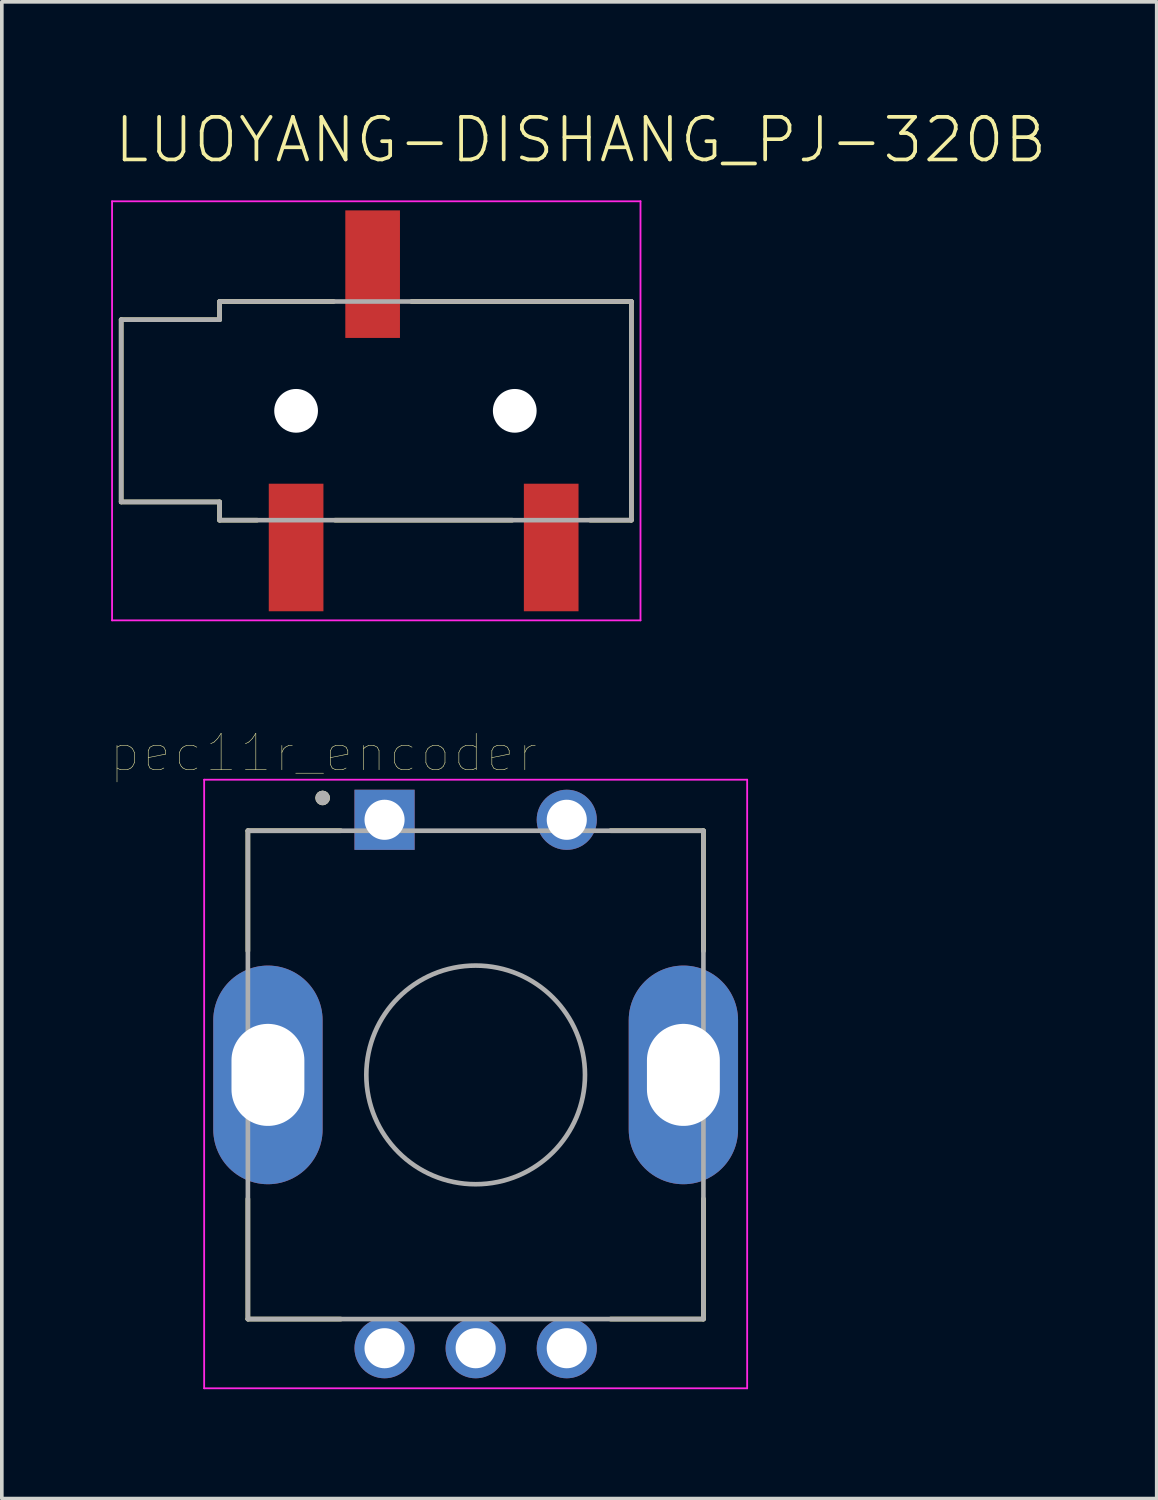
<source format=kicad_pcb>
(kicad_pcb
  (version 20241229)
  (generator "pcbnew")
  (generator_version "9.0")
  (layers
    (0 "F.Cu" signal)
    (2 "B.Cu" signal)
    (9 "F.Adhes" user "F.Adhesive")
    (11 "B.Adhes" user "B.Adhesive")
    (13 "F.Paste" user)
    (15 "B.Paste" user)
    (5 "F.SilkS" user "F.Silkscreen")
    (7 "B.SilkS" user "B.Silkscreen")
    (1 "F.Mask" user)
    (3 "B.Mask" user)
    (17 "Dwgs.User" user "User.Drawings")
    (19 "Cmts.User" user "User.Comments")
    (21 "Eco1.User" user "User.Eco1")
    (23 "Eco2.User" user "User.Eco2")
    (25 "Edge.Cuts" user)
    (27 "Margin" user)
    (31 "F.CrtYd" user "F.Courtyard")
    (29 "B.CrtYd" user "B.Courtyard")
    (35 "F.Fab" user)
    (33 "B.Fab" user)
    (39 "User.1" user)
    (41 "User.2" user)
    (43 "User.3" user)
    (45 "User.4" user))
  (footprint "pec11r_encoder"
    (layer "F.Cu")
    (at 10.002 26.445)
    (property "Reference" "pec11r_encoder" (at -4.175 -8.835 0) (layer "F.SilkS") (effects (font (size 1 1) (thickness 0.015))))
    (attr through_hole)
    (fp_line (start -6.25 -6.7) (end -3.7 -6.7) (stroke (width 0.127) (type solid)) (layer "F.SilkS"))
    (fp_line (start -6.25 -3.4) (end -6.25 -6.7) (stroke (width 0.127) (type solid)) (layer "F.SilkS"))
    (fp_line (start -6.25 3.4) (end -6.25 6.7) (stroke (width 0.127) (type solid)) (layer "F.SilkS"))
    (fp_line (start -6.25 6.7) (end -3.7 6.7) (stroke (width 0.127) (type solid)) (layer "F.SilkS"))
    (fp_line (start 3.7 -6.7) (end 6.25 -6.7) (stroke (width 0.127) (type solid)) (layer "F.SilkS"))
    (fp_line (start 3.7 6.7) (end 6.25 6.7) (stroke (width 0.127) (type solid)) (layer "F.SilkS"))
    (fp_line (start 6.25 -6.7) (end 6.25 -3.4) (stroke (width 0.127) (type solid)) (layer "F.SilkS"))
    (fp_line (start 6.25 6.7) (end 6.25 3.4) (stroke (width 0.127) (type solid)) (layer "F.SilkS"))
    (fp_circle (center -4.2 -7.6) (end -4.1 -7.6) (stroke (width 0.2) (type solid)) (fill no) (layer "F.SilkS"))
    (fp_line (start -7.45 -8.1) (end -7.45 8.6) (stroke (width 0.05) (type solid)) (layer "F.CrtYd"))
    (fp_line (start -7.45 8.6) (end 7.45 8.6) (stroke (width 0.05) (type solid)) (layer "F.CrtYd"))
    (fp_line (start 7.45 -8.1) (end -7.45 -8.1) (stroke (width 0.05) (type solid)) (layer "F.CrtYd"))
    (fp_line (start 7.45 8.6) (end 7.45 -8.1) (stroke (width 0.05) (type solid)) (layer "F.CrtYd"))
    (fp_line (start -6.25 -6.7) (end 6.25 -6.7) (stroke (width 0.127) (type solid)) (layer "F.Fab"))
    (fp_line (start -6.25 6.7) (end -6.25 -6.7) (stroke (width 0.127) (type solid)) (layer "F.Fab"))
    (fp_line (start 6.25 -6.7) (end 6.25 6.7) (stroke (width 0.127) (type solid)) (layer "F.Fab"))
    (fp_line (start 6.25 6.7) (end -6.25 6.7) (stroke (width 0.127) (type solid)) (layer "F.Fab"))
    (fp_circle (center -4.2 -7.6) (end -4.1 -7.6) (stroke (width 0.2) (type solid)) (fill no) (layer "F.Fab"))
    (fp_circle (center 0 0) (end 3 0) (stroke (width 0.127) (type solid)) (fill no) (layer "F.Fab"))
    (pad "1" thru_hole rect (at -2.5 -7) (size 1.65 1.65) (drill 1.1) (layers "*.Cu" "*.Mask"))
    (pad "2" thru_hole circle (at 2.5 -7) (size 1.65 1.65) (drill 1.1) (layers "*.Cu" "*.Mask"))
    (pad "A" thru_hole circle (at -2.5 7.5) (size 1.65 1.65) (drill 1.1) (layers "*.Cu" "*.Mask"))
    (pad "B" thru_hole circle (at 2.5 7.5) (size 1.65 1.65) (drill 1.1) (layers "*.Cu" "*.Mask"))
    (pad "COM" thru_hole circle (at 0 7.5) (size 1.65 1.65) (drill 1.1) (layers "*.Cu" "*.Mask"))
    (pad "S1" thru_hole oval (at -5.7 0) (size 3 6) (drill oval 2 2.8) (layers "*.Cu" "*.Mask"))
    (pad "S2" thru_hole oval (at 5.7 0) (size 3 6) (drill oval 2 2.8) (layers "*.Cu" "*.Mask")))
  (footprint "LUOYANG-DISHANG_PJ-320B"
    (layer "F.Cu")
    (at 5.075 8.223)
    (property "Reference" "LUOYANG-DISHANG_PJ-320B" (at -5.05 -6.75 0) (layer "F.SilkS") (effects (font (size 1.168 1.168) (thickness 0.102)) (justify left bottom)))
    (fp_line (start -4.8 -2.5) (end -2.1 -2.5) (stroke (width 0.127) (type solid)) (layer "F.SilkS"))
    (fp_line (start -4.8 2.5) (end -4.8 -2.5) (stroke (width 0.127) (type solid)) (layer "F.SilkS"))
    (fp_line (start -2.1 -3) (end 1.03 -3) (stroke (width 0.127) (type solid)) (layer "F.SilkS"))
    (fp_line (start -2.1 -2.5) (end -2.1 -3) (stroke (width 0.127) (type solid)) (layer "F.SilkS"))
    (fp_line (start -2.1 2.5) (end -4.8 2.5) (stroke (width 0.127) (type solid)) (layer "F.SilkS"))
    (fp_line (start -2.1 3) (end -2.1 2.5) (stroke (width 0.127) (type solid)) (layer "F.SilkS"))
    (fp_line (start -1.07 3) (end -2.1 3) (stroke (width 0.127) (type solid)) (layer "F.SilkS"))
    (fp_line (start 1.07 3) (end 5.93 3) (stroke (width 0.127) (type solid)) (layer "F.SilkS"))
    (fp_line (start 3.17 -3) (end 9.2 -3) (stroke (width 0.127) (type solid)) (layer "F.SilkS"))
    (fp_line (start 9.2 -3) (end 9.2 3) (stroke (width 0.127) (type solid)) (layer "F.SilkS"))
    (fp_line (start 9.2 3) (end 8.07 3) (stroke (width 0.127) (type solid)) (layer "F.SilkS"))
    (fp_line (start -5.05 -5.75) (end -5.05 5.75) (stroke (width 0.05) (type solid)) (layer "F.CrtYd"))
    (fp_line (start -5.05 5.75) (end 9.45 5.75) (stroke (width 0.05) (type solid)) (layer "F.CrtYd"))
    (fp_line (start 9.45 -5.75) (end -5.05 -5.75) (stroke (width 0.05) (type solid)) (layer "F.CrtYd"))
    (fp_line (start 9.45 5.75) (end 9.45 -5.75) (stroke (width 0.05) (type solid)) (layer "F.CrtYd"))
    (fp_line (start -4.8 -2.5) (end -2.1 -2.5) (stroke (width 0.127) (type solid)) (layer "F.Fab"))
    (fp_line (start -4.8 2.5) (end -4.8 -2.5) (stroke (width 0.127) (type solid)) (layer "F.Fab"))
    (fp_line (start -2.1 -3) (end 9.2 -3) (stroke (width 0.127) (type solid)) (layer "F.Fab"))
    (fp_line (start -2.1 -2.5) (end -2.1 -3) (stroke (width 0.127) (type solid)) (layer "F.Fab"))
    (fp_line (start -2.1 2.5) (end -4.8 2.5) (stroke (width 0.127) (type solid)) (layer "F.Fab"))
    (fp_line (start -2.1 3) (end -2.1 2.5) (stroke (width 0.127) (type solid)) (layer "F.Fab"))
    (fp_line (start 9.2 -3) (end 9.2 3) (stroke (width 0.127) (type solid)) (layer "F.Fab"))
    (fp_line (start 9.2 3) (end -2.1 3) (stroke (width 0.127) (type solid)) (layer "F.Fab"))
    (pad "" np_thru_hole circle (at 0 0) (size 1.2 1.2) (drill 1.2) (layers "*.Cu" "*.Mask"))
    (pad "" np_thru_hole circle (at 6 0) (size 1.2 1.2) (drill 1.2) (layers "*.Cu" "*.Mask"))
    (pad "2" smd rect (at 7 3.75) (size 1.5 3.5) (layers "F.Cu" "F.Mask" "F.Paste"))
    (pad "3" smd rect (at 2.1 -3.75) (size 1.5 3.5) (layers "F.Cu" "F.Mask" "F.Paste"))
    (pad "4" smd rect (at 0 3.75) (size 1.5 3.5) (layers "F.Cu" "F.Mask" "F.Paste")))
  (gr_rect
    (start -3 -3)
    (end 28.69 38.07)
    (stroke (width 0.1) (type default))
    (fill no)
    (layer "Edge.Cuts")))
</source>
